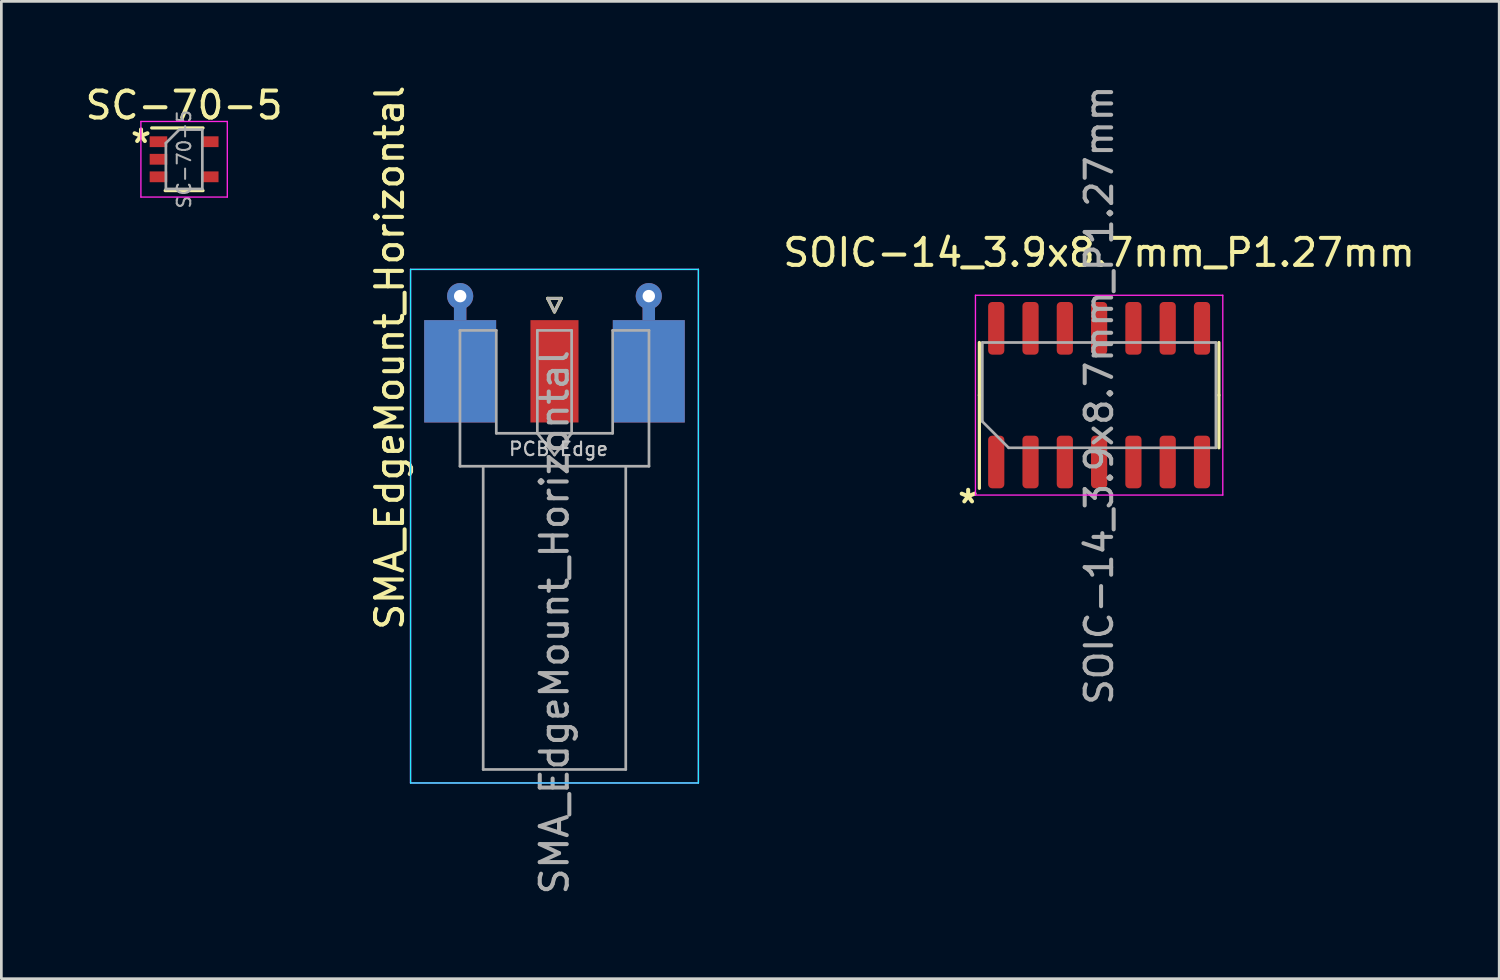
<source format=kicad_pcb>
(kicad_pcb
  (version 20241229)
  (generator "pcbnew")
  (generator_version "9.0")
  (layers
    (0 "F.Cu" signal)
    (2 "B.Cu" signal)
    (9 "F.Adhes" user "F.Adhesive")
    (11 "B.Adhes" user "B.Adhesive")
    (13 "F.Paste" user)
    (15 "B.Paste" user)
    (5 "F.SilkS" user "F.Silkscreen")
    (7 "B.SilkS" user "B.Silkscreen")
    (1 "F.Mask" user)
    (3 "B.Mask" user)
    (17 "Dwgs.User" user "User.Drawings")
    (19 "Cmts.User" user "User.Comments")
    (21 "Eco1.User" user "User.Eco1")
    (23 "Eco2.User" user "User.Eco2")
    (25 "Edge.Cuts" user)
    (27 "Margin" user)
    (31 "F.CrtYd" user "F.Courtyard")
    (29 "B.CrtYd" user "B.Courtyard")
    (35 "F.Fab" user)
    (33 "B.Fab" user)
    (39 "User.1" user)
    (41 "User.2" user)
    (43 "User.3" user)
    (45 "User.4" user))
  (footprint "SMA_EdgeMount_Horizontal"
    (layer "F.Cu")
    (at 17.484 10.901)
    (property "Reference" "SMA_EdgeMount_Horizontal" (at -6.1 -0.705 270) (layer "F.SilkS") (effects (font (size 1 1) (thickness 0.15))))
    (attr smd)
    (fp_line (start -0.25 -2.9) (end 0 -2.4) (stroke (width 0.12) (type solid)) (layer "F.SilkS"))
    (fp_line (start 0 -2.4) (end 0.25 -2.9) (stroke (width 0.12) (type solid)) (layer "F.SilkS"))
    (fp_line (start 0.25 -2.9) (end -0.25 -2.9) (stroke (width 0.12) (type solid)) (layer "F.SilkS"))
    (fp_line (start -5.33 15.045) (end -5.33 -3.975) (stroke (width 0.05) (type solid)) (layer "B.CrtYd"))
    (fp_line (start 5.33 -3.975) (end -5.33 -3.975) (stroke (width 0.05) (type solid)) (layer "B.CrtYd"))
    (fp_line (start 5.33 -3.975) (end 5.33 15.045) (stroke (width 0.05) (type solid)) (layer "B.CrtYd"))
    (fp_line (start 5.33 15.045) (end -5.33 15.045) (stroke (width 0.05) (type solid)) (layer "B.CrtYd"))
    (fp_line (start -5.33 15.045) (end -5.33 -3.975) (stroke (width 0.05) (type solid)) (layer "F.CrtYd"))
    (fp_line (start 5.33 -3.975) (end -5.33 -3.975) (stroke (width 0.05) (type solid)) (layer "F.CrtYd"))
    (fp_line (start 5.33 -3.975) (end 5.33 15.045) (stroke (width 0.05) (type solid)) (layer "F.CrtYd"))
    (fp_line (start 5.33 15.045) (end -5.33 15.045) (stroke (width 0.05) (type solid)) (layer "F.CrtYd"))
    (fp_line (start -3.5 -1.715) (end -2.155 -1.715) (stroke (width 0.1) (type solid)) (layer "F.Fab"))
    (fp_line (start -3.5 3.315) (end -3.5 -1.715) (stroke (width 0.1) (type solid)) (layer "F.Fab"))
    (fp_line (start -2.64 14.545) (end -2.64 3.325) (stroke (width 0.1) (type solid)) (layer "F.Fab"))
    (fp_line (start -2.155 2.095) (end -2.155 -1.715) (stroke (width 0.1) (type solid)) (layer "F.Fab"))
    (fp_line (start -0.635 2.095) (end -0.635 -1.715) (stroke (width 0.1) (type solid)) (layer "F.Fab"))
    (fp_line (start -0.25 -2.9) (end 0.25 -2.9) (stroke (width 0.1) (type solid)) (layer "F.Fab"))
    (fp_line (start 0 -2.4) (end -0.25 -2.9) (stroke (width 0.1) (type solid)) (layer "F.Fab"))
    (fp_line (start 0 2.9) (end -0.635 2.095) (stroke (width 0.1) (type solid)) (layer "F.Fab"))
    (fp_line (start 0.25 -2.9) (end 0 -2.4) (stroke (width 0.1) (type solid)) (layer "F.Fab"))
    (fp_line (start 0.635 -1.715) (end -0.635 -1.715) (stroke (width 0.1) (type solid)) (layer "F.Fab"))
    (fp_line (start 0.635 2.095) (end 0 2.9) (stroke (width 0.1) (type solid)) (layer "F.Fab"))
    (fp_line (start 0.635 2.095) (end 0.635 -1.715) (stroke (width 0.1) (type solid)) (layer "F.Fab"))
    (fp_line (start 2.155 2.095) (end -2.155 2.095) (stroke (width 0.1) (type solid)) (layer "F.Fab"))
    (fp_line (start 2.155 2.095) (end 2.155 -1.715) (stroke (width 0.1) (type solid)) (layer "F.Fab"))
    (fp_line (start 2.64 14.545) (end -2.64 14.545) (stroke (width 0.1) (type solid)) (layer "F.Fab"))
    (fp_line (start 2.64 14.545) (end 2.64 3.325) (stroke (width 0.1) (type solid)) (layer "F.Fab"))
    (fp_line (start 3.5 -1.715) (end 2.155 -1.715) (stroke (width 0.1) (type solid)) (layer "F.Fab"))
    (fp_line (start 3.5 -1.715) (end 3.5 3.315) (stroke (width 0.1) (type solid)) (layer "F.Fab"))
    (fp_line (start 3.5 3.315) (end -3.5 3.315) (stroke (width 0.1) (type solid)) (layer "F.Fab"))
    (fp_text user "PCB Edge" (at 0.15 2.675 180) (layer "Dwgs.User") (effects (font (size 0.5 0.5) (thickness 0.08))))
    (fp_text user "${REFERENCE}" (at 0 9.095 270) (layer "F.Fab") (effects (font (size 1 1) (thickness 0.15))))
    (pad "1" smd rect (at 0 -0.2 270) (size 3.79 1.78) (layers "F.Cu" "F.Mask" "F.Paste"))
    (pad "2" thru_hole circle (at -3.493 -2.985 270) (size 0.97 0.97) (drill 0.46) (layers "*.Cu"))
    (pad "2" smd rect (at -3.493 -2.54 270) (size 0.89 0.46) (layers "F.Cu"))
    (pad "2" smd rect (at -3.493 -2.54 270) (size 0.89 0.46) (layers "B.Cu"))
    (pad "2" smd rect (at -3.493 -0.2 270) (size 3.79 2.665) (layers "F.Cu" "F.Mask" "F.Paste"))
    (pad "2" smd rect (at -3.493 -0.2 270) (size 3.79 2.665) (layers "B.Cu" "B.Mask" "B.Paste"))
    (pad "2" thru_hole circle (at 3.493 -2.985 270) (size 0.97 0.97) (drill 0.46) (layers "*.Cu"))
    (pad "2" smd rect (at 3.493 -2.54 270) (size 0.89 0.46) (layers "F.Cu"))
    (pad "2" smd rect (at 3.493 -2.54 270) (size 0.89 0.46) (layers "B.Cu"))
    (pad "2" smd rect (at 3.493 -0.2 270) (size 3.79 2.665) (layers "F.Cu" "F.Mask" "F.Paste"))
    (pad "2" smd rect (at 3.493 -0.2 270) (size 3.79 2.665) (layers "B.Cu" "B.Mask" "B.Paste")))
  (footprint "SOIC-14_3.9x8.7mm_P1.27mm"
    (layer "F.Cu")
    (at 37.654 11.584)
    (property "Reference" "SOIC-14_3.9x8.7mm_P1.27mm" (at 0 -5.28 0) (layer "F.SilkS") (effects (font (size 1 1) (thickness 0.15))))
    (attr smd)
    (fp_line (start -4.435 0) (end -4.435 -1.95) (stroke (width 0.12) (type solid)) (layer "F.SilkS"))
    (fp_line (start -4.435 0) (end -4.435 3.45) (stroke (width 0.12) (type solid)) (layer "F.SilkS"))
    (fp_line (start 4.435 0) (end 4.435 -1.95) (stroke (width 0.12) (type solid)) (layer "F.SilkS"))
    (fp_line (start 4.435 0) (end 4.435 1.95) (stroke (width 0.12) (type solid)) (layer "F.SilkS"))
    (fp_line (start -4.58 -3.7) (end -4.58 3.7) (stroke (width 0.05) (type solid)) (layer "F.CrtYd"))
    (fp_line (start -4.58 3.7) (end 4.58 3.7) (stroke (width 0.05) (type solid)) (layer "F.CrtYd"))
    (fp_line (start 4.58 -3.7) (end -4.58 -3.7) (stroke (width 0.05) (type solid)) (layer "F.CrtYd"))
    (fp_line (start 4.58 3.7) (end 4.58 -3.7) (stroke (width 0.05) (type solid)) (layer "F.CrtYd"))
    (fp_line (start -4.325 -1.95) (end 4.325 -1.95) (stroke (width 0.1) (type solid)) (layer "F.Fab"))
    (fp_line (start -4.325 0.975) (end -4.325 -1.95) (stroke (width 0.1) (type solid)) (layer "F.Fab"))
    (fp_line (start -3.35 1.95) (end -4.325 0.975) (stroke (width 0.1) (type solid)) (layer "F.Fab"))
    (fp_line (start 4.325 -1.95) (end 4.325 1.95) (stroke (width 0.1) (type solid)) (layer "F.Fab"))
    (fp_line (start 4.325 1.95) (end -3.35 1.95) (stroke (width 0.1) (type solid)) (layer "F.Fab"))
    (fp_text user "*" (at -4.85 4.05 0) (unlocked yes) (layer "F.SilkS") (effects (font (size 1 1) (thickness 0.15))))
    (fp_text user "${REFERENCE}" (at 0 0 90) (layer "F.Fab") (effects (font (size 0.98 0.98) (thickness 0.15))))
    (pad "1" smd roundrect (at -3.81 2.475 90) (size 1.95 0.6) (layers "F.Cu" "F.Mask" "F.Paste") (roundrect_rratio 0.25))
    (pad "2" smd roundrect (at -2.54 2.475 90) (size 1.95 0.6) (layers "F.Cu" "F.Mask" "F.Paste") (roundrect_rratio 0.25))
    (pad "3" smd roundrect (at -1.27 2.475 90) (size 1.95 0.6) (layers "F.Cu" "F.Mask" "F.Paste") (roundrect_rratio 0.25))
    (pad "4" smd roundrect (at 0 2.475 90) (size 1.95 0.6) (layers "F.Cu" "F.Mask" "F.Paste") (roundrect_rratio 0.25))
    (pad "5" smd roundrect (at 1.27 2.475 90) (size 1.95 0.6) (layers "F.Cu" "F.Mask" "F.Paste") (roundrect_rratio 0.25))
    (pad "6" smd roundrect (at 2.54 2.475 90) (size 1.95 0.6) (layers "F.Cu" "F.Mask" "F.Paste") (roundrect_rratio 0.25))
    (pad "7" smd roundrect (at 3.81 2.475 90) (size 1.95 0.6) (layers "F.Cu" "F.Mask" "F.Paste") (roundrect_rratio 0.25))
    (pad "8" smd roundrect (at 3.81 -2.475 90) (size 1.95 0.6) (layers "F.Cu" "F.Mask" "F.Paste") (roundrect_rratio 0.25))
    (pad "9" smd roundrect (at 2.54 -2.475 90) (size 1.95 0.6) (layers "F.Cu" "F.Mask" "F.Paste") (roundrect_rratio 0.25))
    (pad "10" smd roundrect (at 1.27 -2.475 90) (size 1.95 0.6) (layers "F.Cu" "F.Mask" "F.Paste") (roundrect_rratio 0.25))
    (pad "11" smd roundrect (at 0 -2.475 90) (size 1.95 0.6) (layers "F.Cu" "F.Mask" "F.Paste") (roundrect_rratio 0.25))
    (pad "12" smd roundrect (at -1.27 -2.475 90) (size 1.95 0.6) (layers "F.Cu" "F.Mask" "F.Paste") (roundrect_rratio 0.25))
    (pad "13" smd roundrect (at -2.54 -2.475 90) (size 1.95 0.6) (layers "F.Cu" "F.Mask" "F.Paste") (roundrect_rratio 0.25))
    (pad "14" smd roundrect (at -3.81 -2.475 90) (size 1.95 0.6) (layers "F.Cu" "F.Mask" "F.Paste") (roundrect_rratio 0.25)))
  (footprint "SC-70-5"
    (layer "F.Cu")
    (at 3.768 2.848)
    (property "Reference" "SC-70-5" (at 0 -2 0) (layer "F.SilkS") (effects (font (size 1 1) (thickness 0.15))))
    (attr smd)
    (fp_line (start -0.7 1.16) (end 0.7 1.16) (stroke (width 0.12) (type solid)) (layer "F.SilkS"))
    (fp_line (start 0.7 -1.16) (end -1.2 -1.16) (stroke (width 0.12) (type solid)) (layer "F.SilkS"))
    (fp_line (start -1.6 -1.4) (end -1.6 1.4) (stroke (width 0.05) (type solid)) (layer "F.CrtYd"))
    (fp_line (start -1.6 -1.4) (end 1.6 -1.4) (stroke (width 0.05) (type solid)) (layer "F.CrtYd"))
    (fp_line (start -1.6 1.4) (end 1.6 1.4) (stroke (width 0.05) (type solid)) (layer "F.CrtYd"))
    (fp_line (start 1.6 1.4) (end 1.6 -1.4) (stroke (width 0.05) (type solid)) (layer "F.CrtYd"))
    (fp_line (start -0.675 -0.6) (end -0.675 1.1) (stroke (width 0.1) (type solid)) (layer "F.Fab"))
    (fp_line (start -0.175 -1.1) (end -0.675 -0.6) (stroke (width 0.1) (type solid)) (layer "F.Fab"))
    (fp_line (start 0.675 -1.1) (end -0.175 -1.1) (stroke (width 0.1) (type solid)) (layer "F.Fab"))
    (fp_line (start 0.675 -1.1) (end 0.675 1.1) (stroke (width 0.1) (type solid)) (layer "F.Fab"))
    (fp_line (start 0.675 1.1) (end -0.675 1.1) (stroke (width 0.1) (type solid)) (layer "F.Fab"))
    (fp_text user "*" (at -2.075 0.025 0) (unlocked yes) (layer "F.SilkS") (effects (font (size 1 1) (thickness 0.15)) (justify left bottom)))
    (fp_text user "${REFERENCE}" (at 0 0 90) (layer "F.Fab") (effects (font (size 0.5 0.5) (thickness 0.075))))
    (pad "1" smd rect (at -0.95 -0.65) (size 0.65 0.4) (layers "F.Cu" "F.Mask" "F.Paste"))
    (pad "2" smd rect (at -0.95 0) (size 0.65 0.4) (layers "F.Cu" "F.Mask" "F.Paste"))
    (pad "3" smd rect (at -0.95 0.65) (size 0.65 0.4) (layers "F.Cu" "F.Mask" "F.Paste"))
    (pad "4" smd rect (at 0.95 0.65) (size 0.65 0.4) (layers "F.Cu" "F.Mask" "F.Paste"))
    (pad "5" smd rect (at 0.95 -0.65) (size 0.65 0.4) (layers "F.Cu" "F.Mask" "F.Paste")))
  (gr_rect
    (start -3 -3)
    (end 52.47 33.193)
    (stroke (width 0.1) (type default))
    (fill no)
    (layer "Edge.Cuts")))
</source>
